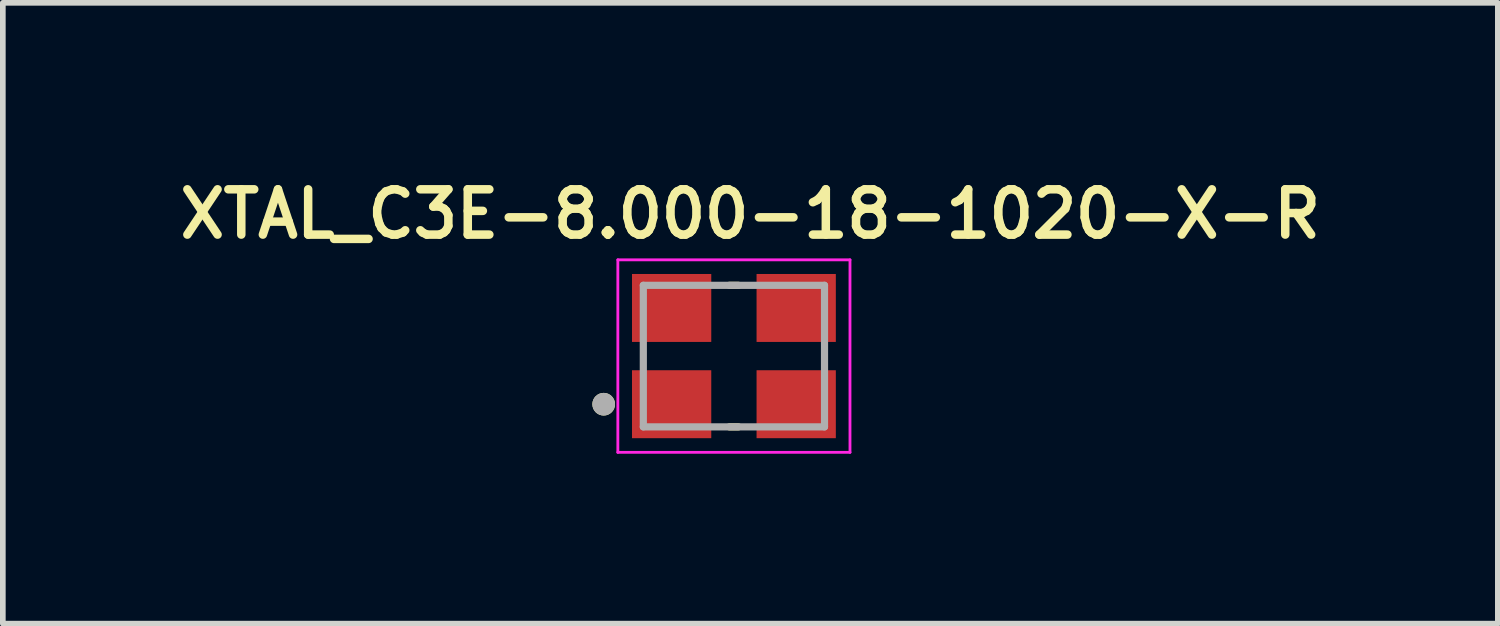
<source format=kicad_pcb>
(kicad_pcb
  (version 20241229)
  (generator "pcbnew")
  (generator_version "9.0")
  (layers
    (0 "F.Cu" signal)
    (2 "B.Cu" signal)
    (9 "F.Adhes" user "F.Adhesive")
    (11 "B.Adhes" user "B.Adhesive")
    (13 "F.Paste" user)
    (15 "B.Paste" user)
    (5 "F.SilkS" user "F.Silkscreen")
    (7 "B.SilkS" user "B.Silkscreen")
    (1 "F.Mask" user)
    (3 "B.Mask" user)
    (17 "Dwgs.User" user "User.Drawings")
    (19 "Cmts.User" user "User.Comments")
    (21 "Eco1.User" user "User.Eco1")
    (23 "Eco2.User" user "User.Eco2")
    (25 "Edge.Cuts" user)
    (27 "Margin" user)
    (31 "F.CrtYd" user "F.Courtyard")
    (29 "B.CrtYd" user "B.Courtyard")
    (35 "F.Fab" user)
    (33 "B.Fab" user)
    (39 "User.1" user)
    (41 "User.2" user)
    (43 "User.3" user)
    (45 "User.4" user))
  (footprint "XTAL_C3E-8.000-18-1020-X-R"
    (layer "F.Cu")
    (at 9.912 3.239)
    (property "Reference" "XTAL_C3E-8.000-18-1020-X-R" (at 0.29 -2.508 0) (layer "F.SilkS") (effects (font (size 0.8 0.8) (thickness 0.15))))
    (attr smd)
    (fp_line (start -0.08 -1.25) (end 0.08 -1.25) (stroke (width 0.127) (type solid)) (layer "F.SilkS"))
    (fp_line (start -0.08 1.25) (end 0.08 1.25) (stroke (width 0.127) (type solid)) (layer "F.SilkS"))
    (fp_circle (center -2.3 0.85) (end -2.2 0.85) (stroke (width 0.2) (type solid)) (fill no) (layer "F.SilkS"))
    (fp_line (start -2.05 -1.7) (end 2.05 -1.7) (stroke (width 0.05) (type solid)) (layer "F.CrtYd"))
    (fp_line (start -2.05 1.7) (end -2.05 -1.7) (stroke (width 0.05) (type solid)) (layer "F.CrtYd"))
    (fp_line (start -2.05 1.7) (end 2.05 1.7) (stroke (width 0.05) (type solid)) (layer "F.CrtYd"))
    (fp_line (start 2.05 -1.7) (end 2.05 1.7) (stroke (width 0.05) (type solid)) (layer "F.CrtYd"))
    (fp_line (start -1.6 -1.25) (end 1.6 -1.25) (stroke (width 0.127) (type solid)) (layer "F.Fab"))
    (fp_line (start -1.6 1.25) (end -1.6 -1.25) (stroke (width 0.127) (type solid)) (layer "F.Fab"))
    (fp_line (start -1.6 1.25) (end 1.6 1.25) (stroke (width 0.127) (type solid)) (layer "F.Fab"))
    (fp_line (start 1.6 -1.25) (end 1.6 1.25) (stroke (width 0.127) (type solid)) (layer "F.Fab"))
    (fp_circle (center -2.3 0.85) (end -2.2 0.85) (stroke (width 0.2) (type solid)) (fill no) (layer "F.Fab"))
    (pad "1" smd rect (at -1.1 0.85) (size 1.4 1.2) (layers "F.Cu" "F.Mask" "F.Paste"))
    (pad "2" smd rect (at 1.1 0.85) (size 1.4 1.2) (layers "F.Cu" "F.Mask" "F.Paste"))
    (pad "3" smd rect (at 1.1 -0.85) (size 1.4 1.2) (layers "F.Cu" "F.Mask" "F.Paste"))
    (pad "4" smd rect (at -1.1 -0.85) (size 1.4 1.2) (layers "F.Cu" "F.Mask" "F.Paste")))
  (gr_rect
    (start -3 -3)
    (end 23.404 7.964)
    (stroke (width 0.1) (type default))
    (fill no)
    (layer "Edge.Cuts")))
</source>
